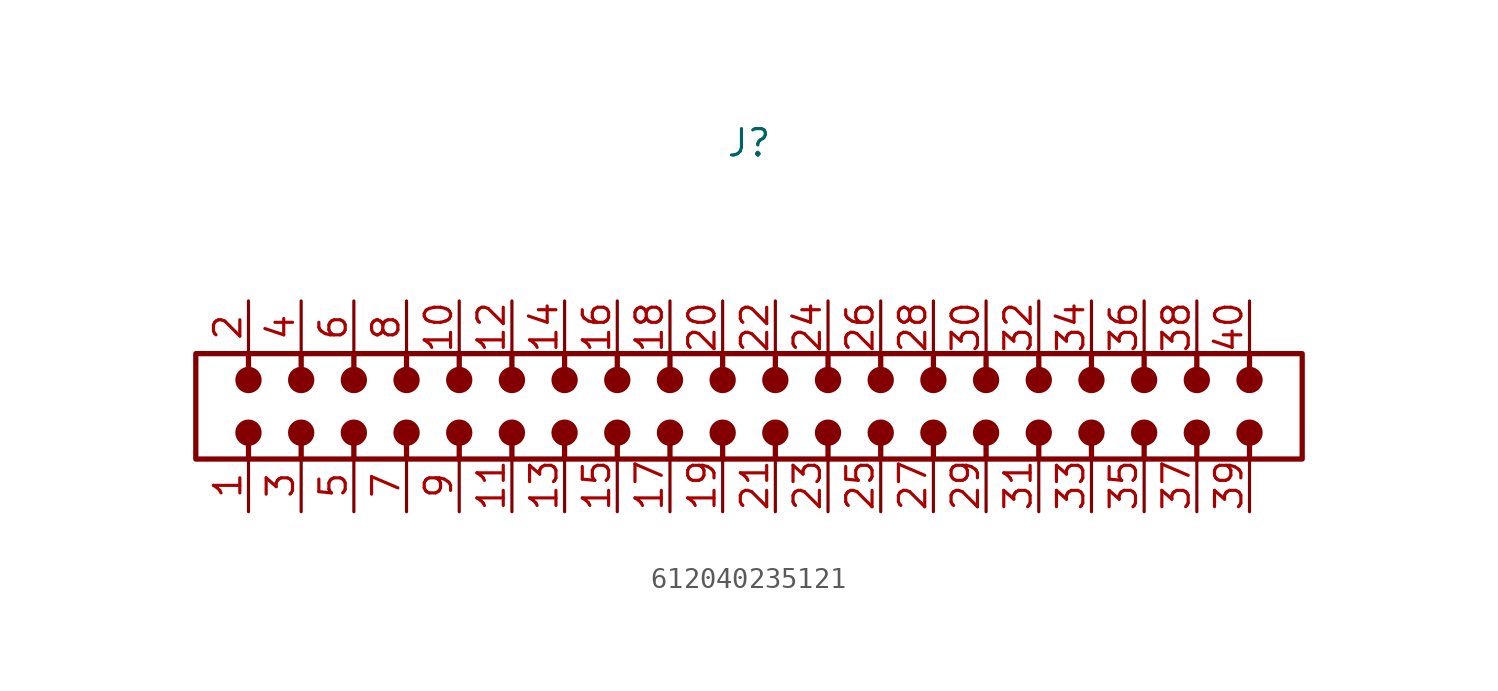
<source format=kicad_sym>
(kicad_symbol_lib
  (version 20241209)
  (generator "kicad_symbol_editor")
  (generator_version "9.0")
  (symbol "612040235121"
    (pin_names
      (hide yes))
    (property "Reference" "J"
      (at 0 12.7 0)
      (effects (font (size 1.27 1.27))))
    (symbol "612040235121_1_1"
      (rectangle (start -26.67 2.54) (end 26.67 -2.54) (stroke (width 0.254) (type solid)) (fill (type none)))
      (polyline (pts (xy -24.13 1.778) (xy -24.13 2.54)) (stroke (width 0.254) (type solid)) (fill (type none)))
      (circle (center -24.13 1.27) (radius 0.508) (stroke (width 0.254) (type solid)) (fill (type outline)))
      (circle (center -24.13 -1.27) (radius 0.508) (stroke (width 0.254) (type solid)) (fill (type outline)))
      (polyline (pts (xy -24.13 -1.778) (xy -24.13 -2.54)) (stroke (width 0.254) (type solid)) (fill (type none)))
      (polyline (pts (xy -21.59 1.778) (xy -21.59 2.54)) (stroke (width 0.254) (type solid)) (fill (type none)))
      (circle (center -21.59 1.27) (radius 0.508) (stroke (width 0.254) (type solid)) (fill (type outline)))
      (circle (center -21.59 -1.27) (radius 0.508) (stroke (width 0.254) (type solid)) (fill (type outline)))
      (polyline (pts (xy -21.59 -1.778) (xy -21.59 -2.54)) (stroke (width 0.254) (type solid)) (fill (type none)))
      (polyline (pts (xy -19.05 1.778) (xy -19.05 2.54)) (stroke (width 0.254) (type solid)) (fill (type none)))
      (circle (center -19.05 1.27) (radius 0.508) (stroke (width 0.254) (type solid)) (fill (type outline)))
      (circle (center -19.05 -1.27) (radius 0.508) (stroke (width 0.254) (type solid)) (fill (type outline)))
      (polyline (pts (xy -19.05 -1.778) (xy -19.05 -2.54)) (stroke (width 0.254) (type solid)) (fill (type none)))
      (polyline (pts (xy -16.51 1.778) (xy -16.51 2.54)) (stroke (width 0.254) (type solid)) (fill (type none)))
      (circle (center -16.51 1.27) (radius 0.508) (stroke (width 0.254) (type solid)) (fill (type outline)))
      (circle (center -16.51 -1.27) (radius 0.508) (stroke (width 0.254) (type solid)) (fill (type outline)))
      (polyline (pts (xy -16.51 -1.778) (xy -16.51 -2.54)) (stroke (width 0.254) (type solid)) (fill (type none)))
      (polyline (pts (xy -13.97 1.778) (xy -13.97 2.54)) (stroke (width 0.254) (type solid)) (fill (type none)))
      (circle (center -13.97 1.27) (radius 0.508) (stroke (width 0.254) (type solid)) (fill (type outline)))
      (circle (center -13.97 -1.27) (radius 0.508) (stroke (width 0.254) (type solid)) (fill (type outline)))
      (polyline (pts (xy -13.97 -1.778) (xy -13.97 -2.54)) (stroke (width 0.254) (type solid)) (fill (type none)))
      (polyline (pts (xy -11.43 1.778) (xy -11.43 2.54)) (stroke (width 0.254) (type solid)) (fill (type none)))
      (circle (center -11.43 1.27) (radius 0.508) (stroke (width 0.254) (type solid)) (fill (type outline)))
      (circle (center -11.43 -1.27) (radius 0.508) (stroke (width 0.254) (type solid)) (fill (type outline)))
      (polyline (pts (xy -11.43 -1.778) (xy -11.43 -2.54)) (stroke (width 0.254) (type solid)) (fill (type none)))
      (polyline (pts (xy -8.89 1.778) (xy -8.89 2.54)) (stroke (width 0.254) (type solid)) (fill (type none)))
      (circle (center -8.89 1.27) (radius 0.508) (stroke (width 0.254) (type solid)) (fill (type outline)))
      (circle (center -8.89 -1.27) (radius 0.508) (stroke (width 0.254) (type solid)) (fill (type outline)))
      (polyline (pts (xy -8.89 -1.778) (xy -8.89 -2.54)) (stroke (width 0.254) (type solid)) (fill (type none)))
      (polyline (pts (xy -6.35 1.778) (xy -6.35 2.54)) (stroke (width 0.254) (type solid)) (fill (type none)))
      (circle (center -6.35 1.27) (radius 0.508) (stroke (width 0.254) (type solid)) (fill (type outline)))
      (circle (center -6.35 -1.27) (radius 0.508) (stroke (width 0.254) (type solid)) (fill (type outline)))
      (polyline (pts (xy -6.35 -1.778) (xy -6.35 -2.54)) (stroke (width 0.254) (type solid)) (fill (type none)))
      (polyline (pts (xy -3.81 1.778) (xy -3.81 2.54)) (stroke (width 0.254) (type solid)) (fill (type none)))
      (circle (center -3.81 1.27) (radius 0.508) (stroke (width 0.254) (type solid)) (fill (type outline)))
      (circle (center -3.81 -1.27) (radius 0.508) (stroke (width 0.254) (type solid)) (fill (type outline)))
      (polyline (pts (xy -3.81 -1.778) (xy -3.81 -2.54)) (stroke (width 0.254) (type solid)) (fill (type none)))
      (polyline (pts (xy -1.27 1.778) (xy -1.27 2.54)) (stroke (width 0.254) (type solid)) (fill (type none)))
      (circle (center -1.27 1.27) (radius 0.508) (stroke (width 0.254) (type solid)) (fill (type outline)))
      (circle (center -1.27 -1.27) (radius 0.508) (stroke (width 0.254) (type solid)) (fill (type outline)))
      (polyline (pts (xy -1.27 -1.778) (xy -1.27 -2.54)) (stroke (width 0.254) (type solid)) (fill (type none)))
      (polyline (pts (xy 1.27 1.778) (xy 1.27 2.54)) (stroke (width 0.254) (type solid)) (fill (type none)))
      (circle (center 1.27 1.27) (radius 0.508) (stroke (width 0.254) (type solid)) (fill (type outline)))
      (circle (center 1.27 -1.27) (radius 0.508) (stroke (width 0.254) (type solid)) (fill (type outline)))
      (polyline (pts (xy 1.27 -1.778) (xy 1.27 -2.54)) (stroke (width 0.254) (type solid)) (fill (type none)))
      (polyline (pts (xy 3.81 1.778) (xy 3.81 2.54)) (stroke (width 0.254) (type solid)) (fill (type none)))
      (circle (center 3.81 1.27) (radius 0.508) (stroke (width 0.254) (type solid)) (fill (type outline)))
      (circle (center 3.81 -1.27) (radius 0.508) (stroke (width 0.254) (type solid)) (fill (type outline)))
      (polyline (pts (xy 3.81 -1.778) (xy 3.81 -2.54)) (stroke (width 0.254) (type solid)) (fill (type none)))
      (polyline (pts (xy 6.35 1.778) (xy 6.35 2.54)) (stroke (width 0.254) (type solid)) (fill (type none)))
      (circle (center 6.35 1.27) (radius 0.508) (stroke (width 0.254) (type solid)) (fill (type outline)))
      (circle (center 6.35 -1.27) (radius 0.508) (stroke (width 0.254) (type solid)) (fill (type outline)))
      (polyline (pts (xy 6.35 -1.778) (xy 6.35 -2.54)) (stroke (width 0.254) (type solid)) (fill (type none)))
      (polyline (pts (xy 8.89 1.778) (xy 8.89 2.54)) (stroke (width 0.254) (type solid)) (fill (type none)))
      (circle (center 8.89 1.27) (radius 0.508) (stroke (width 0.254) (type solid)) (fill (type outline)))
      (circle (center 8.89 -1.27) (radius 0.508) (stroke (width 0.254) (type solid)) (fill (type outline)))
      (polyline (pts (xy 8.89 -1.778) (xy 8.89 -2.54)) (stroke (width 0.254) (type solid)) (fill (type none)))
      (polyline (pts (xy 11.43 1.778) (xy 11.43 2.54)) (stroke (width 0.254) (type solid)) (fill (type none)))
      (circle (center 11.43 1.27) (radius 0.508) (stroke (width 0.254) (type solid)) (fill (type outline)))
      (circle (center 11.43 -1.27) (radius 0.508) (stroke (width 0.254) (type solid)) (fill (type outline)))
      (polyline (pts (xy 11.43 -1.778) (xy 11.43 -2.54)) (stroke (width 0.254) (type solid)) (fill (type none)))
      (polyline (pts (xy 13.97 1.778) (xy 13.97 2.54)) (stroke (width 0.254) (type solid)) (fill (type none)))
      (circle (center 13.97 1.27) (radius 0.508) (stroke (width 0.254) (type solid)) (fill (type outline)))
      (circle (center 13.97 -1.27) (radius 0.508) (stroke (width 0.254) (type solid)) (fill (type outline)))
      (polyline (pts (xy 13.97 -1.778) (xy 13.97 -2.54)) (stroke (width 0.254) (type solid)) (fill (type none)))
      (polyline (pts (xy 16.51 1.778) (xy 16.51 2.54)) (stroke (width 0.254) (type solid)) (fill (type none)))
      (circle (center 16.51 1.27) (radius 0.508) (stroke (width 0.254) (type solid)) (fill (type outline)))
      (circle (center 16.51 -1.27) (radius 0.508) (stroke (width 0.254) (type solid)) (fill (type outline)))
      (polyline (pts (xy 16.51 -1.778) (xy 16.51 -2.54)) (stroke (width 0.254) (type solid)) (fill (type none)))
      (polyline (pts (xy 19.05 1.778) (xy 19.05 2.54)) (stroke (width 0.254) (type solid)) (fill (type none)))
      (circle (center 19.05 1.27) (radius 0.508) (stroke (width 0.254) (type solid)) (fill (type outline)))
      (circle (center 19.05 -1.27) (radius 0.508) (stroke (width 0.254) (type solid)) (fill (type outline)))
      (polyline (pts (xy 19.05 -1.778) (xy 19.05 -2.54)) (stroke (width 0.254) (type solid)) (fill (type none)))
      (polyline (pts (xy 21.59 1.778) (xy 21.59 2.54)) (stroke (width 0.254) (type solid)) (fill (type none)))
      (circle (center 21.59 1.27) (radius 0.508) (stroke (width 0.254) (type solid)) (fill (type outline)))
      (circle (center 21.59 -1.27) (radius 0.508) (stroke (width 0.254) (type solid)) (fill (type outline)))
      (polyline (pts (xy 21.59 -1.778) (xy 21.59 -2.54)) (stroke (width 0.254) (type solid)) (fill (type none)))
      (polyline (pts (xy 24.13 1.778) (xy 24.13 2.54)) (stroke (width 0.254) (type solid)) (fill (type none)))
      (circle (center 24.13 1.27) (radius 0.508) (stroke (width 0.254) (type solid)) (fill (type outline)))
      (circle (center 24.13 -1.27) (radius 0.508) (stroke (width 0.254) (type solid)) (fill (type outline)))
      (polyline (pts (xy 24.13 -1.778) (xy 24.13 -2.54)) (stroke (width 0.254) (type solid)) (fill (type none)))
      (pin passive line (at -24.13 5.08 270) (length 2.54) (name "2" (effects (font (size 1.27 1.27)))) (number "2" (effects (font (size 1.27 1.27)))))
      (pin passive line (at -24.13 -5.08 90) (length 2.54) (name "1" (effects (font (size 1.27 1.27)))) (number "1" (effects (font (size 1.27 1.27)))))
      (pin passive line (at -21.59 5.08 270) (length 2.54) (name "4" (effects (font (size 1.27 1.27)))) (number "4" (effects (font (size 1.27 1.27)))))
      (pin passive line (at -21.59 -5.08 90) (length 2.54) (name "3" (effects (font (size 1.27 1.27)))) (number "3" (effects (font (size 1.27 1.27)))))
      (pin passive line (at -19.05 5.08 270) (length 2.54) (name "6" (effects (font (size 1.27 1.27)))) (number "6" (effects (font (size 1.27 1.27)))))
      (pin passive line (at -19.05 -5.08 90) (length 2.54) (name "5" (effects (font (size 1.27 1.27)))) (number "5" (effects (font (size 1.27 1.27)))))
      (pin passive line (at -16.51 5.08 270) (length 2.54) (name "8" (effects (font (size 1.27 1.27)))) (number "8" (effects (font (size 1.27 1.27)))))
      (pin passive line (at -16.51 -5.08 90) (length 2.54) (name "7" (effects (font (size 1.27 1.27)))) (number "7" (effects (font (size 1.27 1.27)))))
      (pin passive line (at -13.97 5.08 270) (length 2.54) (name "10" (effects (font (size 1.27 1.27)))) (number "10" (effects (font (size 1.27 1.27)))))
      (pin passive line (at -13.97 -5.08 90) (length 2.54) (name "9" (effects (font (size 1.27 1.27)))) (number "9" (effects (font (size 1.27 1.27)))))
      (pin passive line (at -11.43 5.08 270) (length 2.54) (name "12" (effects (font (size 1.27 1.27)))) (number "12" (effects (font (size 1.27 1.27)))))
      (pin passive line (at -11.43 -5.08 90) (length 2.54) (name "11" (effects (font (size 1.27 1.27)))) (number "11" (effects (font (size 1.27 1.27)))))
      (pin passive line (at -8.89 5.08 270) (length 2.54) (name "14" (effects (font (size 1.27 1.27)))) (number "14" (effects (font (size 1.27 1.27)))))
      (pin passive line (at -8.89 -5.08 90) (length 2.54) (name "13" (effects (font (size 1.27 1.27)))) (number "13" (effects (font (size 1.27 1.27)))))
      (pin passive line (at -6.35 5.08 270) (length 2.54) (name "16" (effects (font (size 1.27 1.27)))) (number "16" (effects (font (size 1.27 1.27)))))
      (pin passive line (at -6.35 -5.08 90) (length 2.54) (name "15" (effects (font (size 1.27 1.27)))) (number "15" (effects (font (size 1.27 1.27)))))
      (pin passive line (at -3.81 5.08 270) (length 2.54) (name "18" (effects (font (size 1.27 1.27)))) (number "18" (effects (font (size 1.27 1.27)))))
      (pin passive line (at -3.81 -5.08 90) (length 2.54) (name "17" (effects (font (size 1.27 1.27)))) (number "17" (effects (font (size 1.27 1.27)))))
      (pin passive line (at -1.27 5.08 270) (length 2.54) (name "20" (effects (font (size 1.27 1.27)))) (number "20" (effects (font (size 1.27 1.27)))))
      (pin passive line (at -1.27 -5.08 90) (length 2.54) (name "19" (effects (font (size 1.27 1.27)))) (number "19" (effects (font (size 1.27 1.27)))))
      (pin passive line (at 1.27 5.08 270) (length 2.54) (name "22" (effects (font (size 1.27 1.27)))) (number "22" (effects (font (size 1.27 1.27)))))
      (pin passive line (at 1.27 -5.08 90) (length 2.54) (name "21" (effects (font (size 1.27 1.27)))) (number "21" (effects (font (size 1.27 1.27)))))
      (pin passive line (at 3.81 5.08 270) (length 2.54) (name "24" (effects (font (size 1.27 1.27)))) (number "24" (effects (font (size 1.27 1.27)))))
      (pin passive line (at 3.81 -5.08 90) (length 2.54) (name "23" (effects (font (size 1.27 1.27)))) (number "23" (effects (font (size 1.27 1.27)))))
      (pin passive line (at 6.35 5.08 270) (length 2.54) (name "26" (effects (font (size 1.27 1.27)))) (number "26" (effects (font (size 1.27 1.27)))))
      (pin passive line (at 6.35 -5.08 90) (length 2.54) (name "25" (effects (font (size 1.27 1.27)))) (number "25" (effects (font (size 1.27 1.27)))))
      (pin passive line (at 8.89 5.08 270) (length 2.54) (name "28" (effects (font (size 1.27 1.27)))) (number "28" (effects (font (size 1.27 1.27)))))
      (pin passive line (at 8.89 -5.08 90) (length 2.54) (name "27" (effects (font (size 1.27 1.27)))) (number "27" (effects (font (size 1.27 1.27)))))
      (pin passive line (at 11.43 5.08 270) (length 2.54) (name "30" (effects (font (size 1.27 1.27)))) (number "30" (effects (font (size 1.27 1.27)))))
      (pin passive line (at 11.43 -5.08 90) (length 2.54) (name "29" (effects (font (size 1.27 1.27)))) (number "29" (effects (font (size 1.27 1.27)))))
      (pin passive line (at 13.97 5.08 270) (length 2.54) (name "32" (effects (font (size 1.27 1.27)))) (number "32" (effects (font (size 1.27 1.27)))))
      (pin passive line (at 13.97 -5.08 90) (length 2.54) (name "31" (effects (font (size 1.27 1.27)))) (number "31" (effects (font (size 1.27 1.27)))))
      (pin passive line (at 16.51 5.08 270) (length 2.54) (name "34" (effects (font (size 1.27 1.27)))) (number "34" (effects (font (size 1.27 1.27)))))
      (pin passive line (at 16.51 -5.08 90) (length 2.54) (name "33" (effects (font (size 1.27 1.27)))) (number "33" (effects (font (size 1.27 1.27)))))
      (pin passive line (at 19.05 5.08 270) (length 2.54) (name "36" (effects (font (size 1.27 1.27)))) (number "36" (effects (font (size 1.27 1.27)))))
      (pin passive line (at 19.05 -5.08 90) (length 2.54) (name "35" (effects (font (size 1.27 1.27)))) (number "35" (effects (font (size 1.27 1.27)))))
      (pin passive line (at 21.59 5.08 270) (length 2.54) (name "38" (effects (font (size 1.27 1.27)))) (number "38" (effects (font (size 1.27 1.27)))))
      (pin passive line (at 21.59 -5.08 90) (length 2.54) (name "37" (effects (font (size 1.27 1.27)))) (number "37" (effects (font (size 1.27 1.27)))))
      (pin passive line (at 24.13 5.08 270) (length 2.54) (name "40" (effects (font (size 1.27 1.27)))) (number "40" (effects (font (size 1.27 1.27)))))
      (pin passive line (at 24.13 -5.08 90) (length 2.54) (name "39" (effects (font (size 1.27 1.27)))) (number "39" (effects (font (size 1.27 1.27))))))))
</source>
